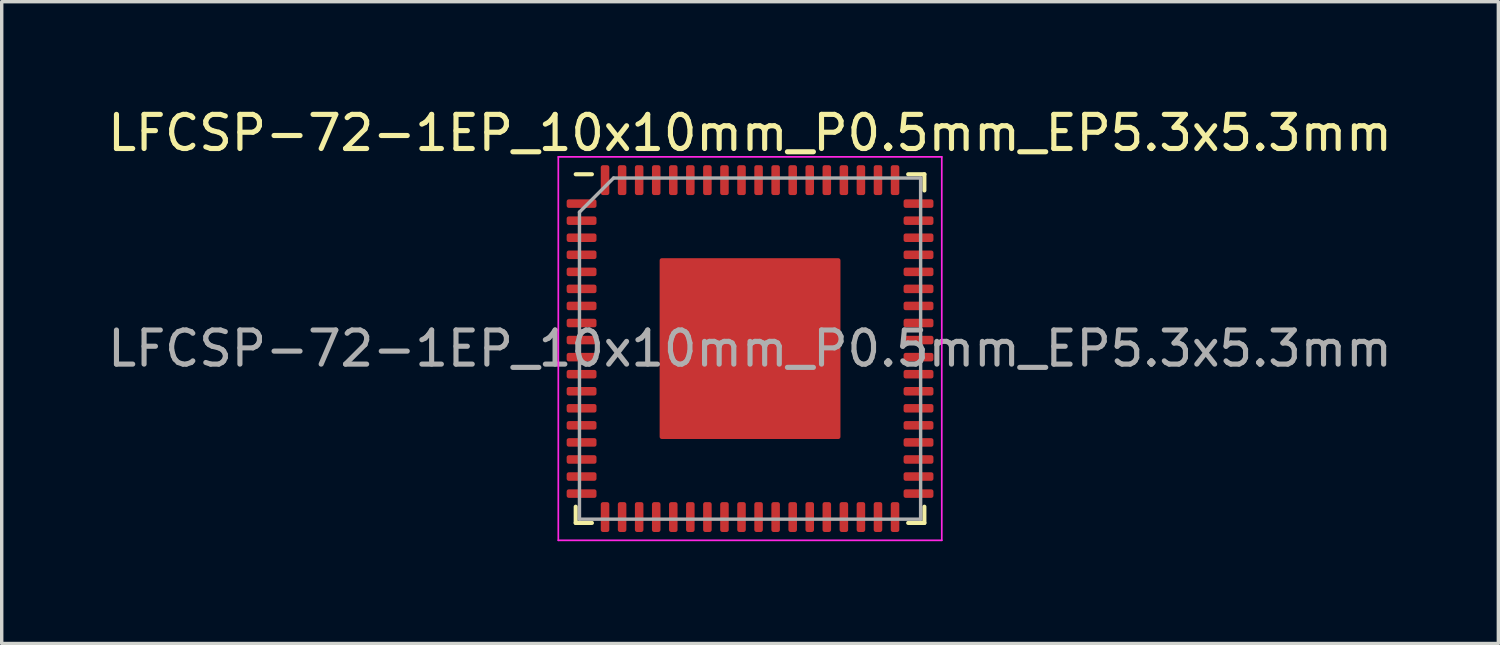
<source format=kicad_pcb>
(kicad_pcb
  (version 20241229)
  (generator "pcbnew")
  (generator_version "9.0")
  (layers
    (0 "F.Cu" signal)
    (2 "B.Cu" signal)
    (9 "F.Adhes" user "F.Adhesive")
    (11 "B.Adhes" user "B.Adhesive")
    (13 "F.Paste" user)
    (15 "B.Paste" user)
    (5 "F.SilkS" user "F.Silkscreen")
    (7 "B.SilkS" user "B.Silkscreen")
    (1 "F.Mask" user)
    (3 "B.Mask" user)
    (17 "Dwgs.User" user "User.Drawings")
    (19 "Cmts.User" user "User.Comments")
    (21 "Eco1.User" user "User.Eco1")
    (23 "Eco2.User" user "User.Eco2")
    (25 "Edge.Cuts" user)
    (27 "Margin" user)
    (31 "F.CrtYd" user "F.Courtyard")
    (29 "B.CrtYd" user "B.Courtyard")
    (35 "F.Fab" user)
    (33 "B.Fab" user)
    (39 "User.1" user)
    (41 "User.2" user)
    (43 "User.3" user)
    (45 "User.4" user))
  (footprint "LFCSP-72-1EP_10x10mm_P0.5mm_EP5.3x5.3mm"
    (layer "F.Cu")
    (at 18.935 7.168)
    (property "Reference" "LFCSP-72-1EP_10x10mm_P0.5mm_EP5.3x5.3mm" (at 0 -6.32 0) (layer "F.SilkS") (effects (font (size 1 1) (thickness 0.15))))
    (attr smd)
    (fp_line (start -5.11 5.11) (end -5.11 4.635) (stroke (width 0.12) (type solid)) (layer "F.SilkS"))
    (fp_line (start -4.635 -5.11) (end -5.11 -5.11) (stroke (width 0.12) (type solid)) (layer "F.SilkS"))
    (fp_line (start -4.635 5.11) (end -5.11 5.11) (stroke (width 0.12) (type solid)) (layer "F.SilkS"))
    (fp_line (start 4.635 -5.11) (end 5.11 -5.11) (stroke (width 0.12) (type solid)) (layer "F.SilkS"))
    (fp_line (start 4.635 5.11) (end 5.11 5.11) (stroke (width 0.12) (type solid)) (layer "F.SilkS"))
    (fp_line (start 5.11 -5.11) (end 5.11 -4.635) (stroke (width 0.12) (type solid)) (layer "F.SilkS"))
    (fp_line (start 5.11 5.11) (end 5.11 4.635) (stroke (width 0.12) (type solid)) (layer "F.SilkS"))
    (fp_line (start -5.62 -5.62) (end -5.62 5.62) (stroke (width 0.05) (type solid)) (layer "F.CrtYd"))
    (fp_line (start -5.62 5.62) (end 5.62 5.62) (stroke (width 0.05) (type solid)) (layer "F.CrtYd"))
    (fp_line (start 5.62 -5.62) (end -5.62 -5.62) (stroke (width 0.05) (type solid)) (layer "F.CrtYd"))
    (fp_line (start 5.62 5.62) (end 5.62 -5.62) (stroke (width 0.05) (type solid)) (layer "F.CrtYd"))
    (fp_line (start -5 -4) (end -4 -5) (stroke (width 0.1) (type solid)) (layer "F.Fab"))
    (fp_line (start -5 5) (end -5 -4) (stroke (width 0.1) (type solid)) (layer "F.Fab"))
    (fp_line (start -4 -5) (end 5 -5) (stroke (width 0.1) (type solid)) (layer "F.Fab"))
    (fp_line (start 5 -5) (end 5 5) (stroke (width 0.1) (type solid)) (layer "F.Fab"))
    (fp_line (start 5 5) (end -5 5) (stroke (width 0.1) (type solid)) (layer "F.Fab"))
    (fp_text user "${REFERENCE}" (at 0 0 0) (layer "F.Fab") (effects (font (size 1 1) (thickness 0.15))))
    (pad "" smd roundrect (at -1.77 -1.77) (size 1.42 1.42) (layers "F.Paste") (roundrect_rratio 0.176))
    (pad "" smd roundrect (at -1.77 0) (size 1.42 1.42) (layers "F.Paste") (roundrect_rratio 0.176))
    (pad "" smd roundrect (at -1.77 1.77) (size 1.42 1.42) (layers "F.Paste") (roundrect_rratio 0.176))
    (pad "" smd roundrect (at 0 -1.77) (size 1.42 1.42) (layers "F.Paste") (roundrect_rratio 0.176))
    (pad "" smd roundrect (at 0 0) (size 1.42 1.42) (layers "F.Paste") (roundrect_rratio 0.176))
    (pad "" smd roundrect (at 0 1.77) (size 1.42 1.42) (layers "F.Paste") (roundrect_rratio 0.176))
    (pad "" smd roundrect (at 1.77 -1.77) (size 1.42 1.42) (layers "F.Paste") (roundrect_rratio 0.176))
    (pad "" smd roundrect (at 1.77 0) (size 1.42 1.42) (layers "F.Paste") (roundrect_rratio 0.176))
    (pad "" smd roundrect (at 1.77 1.77) (size 1.42 1.42) (layers "F.Paste") (roundrect_rratio 0.176))
    (pad "1" smd roundrect (at -4.938 -4.25) (size 0.875 0.25) (layers "F.Cu" "F.Mask" "F.Paste") (roundrect_rratio 0.25))
    (pad "2" smd roundrect (at -4.938 -3.75) (size 0.875 0.25) (layers "F.Cu" "F.Mask" "F.Paste") (roundrect_rratio 0.25))
    (pad "3" smd roundrect (at -4.938 -3.25) (size 0.875 0.25) (layers "F.Cu" "F.Mask" "F.Paste") (roundrect_rratio 0.25))
    (pad "4" smd roundrect (at -4.938 -2.75) (size 0.875 0.25) (layers "F.Cu" "F.Mask" "F.Paste") (roundrect_rratio 0.25))
    (pad "5" smd roundrect (at -4.938 -2.25) (size 0.875 0.25) (layers "F.Cu" "F.Mask" "F.Paste") (roundrect_rratio 0.25))
    (pad "6" smd roundrect (at -4.938 -1.75) (size 0.875 0.25) (layers "F.Cu" "F.Mask" "F.Paste") (roundrect_rratio 0.25))
    (pad "7" smd roundrect (at -4.938 -1.25) (size 0.875 0.25) (layers "F.Cu" "F.Mask" "F.Paste") (roundrect_rratio 0.25))
    (pad "8" smd roundrect (at -4.938 -0.75) (size 0.875 0.25) (layers "F.Cu" "F.Mask" "F.Paste") (roundrect_rratio 0.25))
    (pad "9" smd roundrect (at -4.938 -0.25) (size 0.875 0.25) (layers "F.Cu" "F.Mask" "F.Paste") (roundrect_rratio 0.25))
    (pad "10" smd roundrect (at -4.938 0.25) (size 0.875 0.25) (layers "F.Cu" "F.Mask" "F.Paste") (roundrect_rratio 0.25))
    (pad "11" smd roundrect (at -4.938 0.75) (size 0.875 0.25) (layers "F.Cu" "F.Mask" "F.Paste") (roundrect_rratio 0.25))
    (pad "12" smd roundrect (at -4.938 1.25) (size 0.875 0.25) (layers "F.Cu" "F.Mask" "F.Paste") (roundrect_rratio 0.25))
    (pad "13" smd roundrect (at -4.938 1.75) (size 0.875 0.25) (layers "F.Cu" "F.Mask" "F.Paste") (roundrect_rratio 0.25))
    (pad "14" smd roundrect (at -4.938 2.25) (size 0.875 0.25) (layers "F.Cu" "F.Mask" "F.Paste") (roundrect_rratio 0.25))
    (pad "15" smd roundrect (at -4.938 2.75) (size 0.875 0.25) (layers "F.Cu" "F.Mask" "F.Paste") (roundrect_rratio 0.25))
    (pad "16" smd roundrect (at -4.938 3.25) (size 0.875 0.25) (layers "F.Cu" "F.Mask" "F.Paste") (roundrect_rratio 0.25))
    (pad "17" smd roundrect (at -4.938 3.75) (size 0.875 0.25) (layers "F.Cu" "F.Mask" "F.Paste") (roundrect_rratio 0.25))
    (pad "18" smd roundrect (at -4.938 4.25) (size 0.875 0.25) (layers "F.Cu" "F.Mask" "F.Paste") (roundrect_rratio 0.25))
    (pad "19" smd roundrect (at -4.25 4.938) (size 0.25 0.875) (layers "F.Cu" "F.Mask" "F.Paste") (roundrect_rratio 0.25))
    (pad "20" smd roundrect (at -3.75 4.938) (size 0.25 0.875) (layers "F.Cu" "F.Mask" "F.Paste") (roundrect_rratio 0.25))
    (pad "21" smd roundrect (at -3.25 4.938) (size 0.25 0.875) (layers "F.Cu" "F.Mask" "F.Paste") (roundrect_rratio 0.25))
    (pad "22" smd roundrect (at -2.75 4.938) (size 0.25 0.875) (layers "F.Cu" "F.Mask" "F.Paste") (roundrect_rratio 0.25))
    (pad "23" smd roundrect (at -2.25 4.938) (size 0.25 0.875) (layers "F.Cu" "F.Mask" "F.Paste") (roundrect_rratio 0.25))
    (pad "24" smd roundrect (at -1.75 4.938) (size 0.25 0.875) (layers "F.Cu" "F.Mask" "F.Paste") (roundrect_rratio 0.25))
    (pad "25" smd roundrect (at -1.25 4.938) (size 0.25 0.875) (layers "F.Cu" "F.Mask" "F.Paste") (roundrect_rratio 0.25))
    (pad "26" smd roundrect (at -0.75 4.938) (size 0.25 0.875) (layers "F.Cu" "F.Mask" "F.Paste") (roundrect_rratio 0.25))
    (pad "27" smd roundrect (at -0.25 4.938) (size 0.25 0.875) (layers "F.Cu" "F.Mask" "F.Paste") (roundrect_rratio 0.25))
    (pad "28" smd roundrect (at 0.25 4.938) (size 0.25 0.875) (layers "F.Cu" "F.Mask" "F.Paste") (roundrect_rratio 0.25))
    (pad "29" smd roundrect (at 0.75 4.938) (size 0.25 0.875) (layers "F.Cu" "F.Mask" "F.Paste") (roundrect_rratio 0.25))
    (pad "30" smd roundrect (at 1.25 4.938) (size 0.25 0.875) (layers "F.Cu" "F.Mask" "F.Paste") (roundrect_rratio 0.25))
    (pad "31" smd roundrect (at 1.75 4.938) (size 0.25 0.875) (layers "F.Cu" "F.Mask" "F.Paste") (roundrect_rratio 0.25))
    (pad "32" smd roundrect (at 2.25 4.938) (size 0.25 0.875) (layers "F.Cu" "F.Mask" "F.Paste") (roundrect_rratio 0.25))
    (pad "33" smd roundrect (at 2.75 4.938) (size 0.25 0.875) (layers "F.Cu" "F.Mask" "F.Paste") (roundrect_rratio 0.25))
    (pad "34" smd roundrect (at 3.25 4.938) (size 0.25 0.875) (layers "F.Cu" "F.Mask" "F.Paste") (roundrect_rratio 0.25))
    (pad "35" smd roundrect (at 3.75 4.938) (size 0.25 0.875) (layers "F.Cu" "F.Mask" "F.Paste") (roundrect_rratio 0.25))
    (pad "36" smd roundrect (at 4.25 4.938) (size 0.25 0.875) (layers "F.Cu" "F.Mask" "F.Paste") (roundrect_rratio 0.25))
    (pad "37" smd roundrect (at 4.938 4.25) (size 0.875 0.25) (layers "F.Cu" "F.Mask" "F.Paste") (roundrect_rratio 0.25))
    (pad "38" smd roundrect (at 4.938 3.75) (size 0.875 0.25) (layers "F.Cu" "F.Mask" "F.Paste") (roundrect_rratio 0.25))
    (pad "39" smd roundrect (at 4.938 3.25) (size 0.875 0.25) (layers "F.Cu" "F.Mask" "F.Paste") (roundrect_rratio 0.25))
    (pad "40" smd roundrect (at 4.938 2.75) (size 0.875 0.25) (layers "F.Cu" "F.Mask" "F.Paste") (roundrect_rratio 0.25))
    (pad "41" smd roundrect (at 4.938 2.25) (size 0.875 0.25) (layers "F.Cu" "F.Mask" "F.Paste") (roundrect_rratio 0.25))
    (pad "42" smd roundrect (at 4.938 1.75) (size 0.875 0.25) (layers "F.Cu" "F.Mask" "F.Paste") (roundrect_rratio 0.25))
    (pad "43" smd roundrect (at 4.938 1.25) (size 0.875 0.25) (layers "F.Cu" "F.Mask" "F.Paste") (roundrect_rratio 0.25))
    (pad "44" smd roundrect (at 4.938 0.75) (size 0.875 0.25) (layers "F.Cu" "F.Mask" "F.Paste") (roundrect_rratio 0.25))
    (pad "45" smd roundrect (at 4.938 0.25) (size 0.875 0.25) (layers "F.Cu" "F.Mask" "F.Paste") (roundrect_rratio 0.25))
    (pad "46" smd roundrect (at 4.938 -0.25) (size 0.875 0.25) (layers "F.Cu" "F.Mask" "F.Paste") (roundrect_rratio 0.25))
    (pad "47" smd roundrect (at 4.938 -0.75) (size 0.875 0.25) (layers "F.Cu" "F.Mask" "F.Paste") (roundrect_rratio 0.25))
    (pad "48" smd roundrect (at 4.938 -1.25) (size 0.875 0.25) (layers "F.Cu" "F.Mask" "F.Paste") (roundrect_rratio 0.25))
    (pad "49" smd roundrect (at 4.938 -1.75) (size 0.875 0.25) (layers "F.Cu" "F.Mask" "F.Paste") (roundrect_rratio 0.25))
    (pad "50" smd roundrect (at 4.938 -2.25) (size 0.875 0.25) (layers "F.Cu" "F.Mask" "F.Paste") (roundrect_rratio 0.25))
    (pad "51" smd roundrect (at 4.938 -2.75) (size 0.875 0.25) (layers "F.Cu" "F.Mask" "F.Paste") (roundrect_rratio 0.25))
    (pad "52" smd roundrect (at 4.938 -3.25) (size 0.875 0.25) (layers "F.Cu" "F.Mask" "F.Paste") (roundrect_rratio 0.25))
    (pad "53" smd roundrect (at 4.938 -3.75) (size 0.875 0.25) (layers "F.Cu" "F.Mask" "F.Paste") (roundrect_rratio 0.25))
    (pad "54" smd roundrect (at 4.938 -4.25) (size 0.875 0.25) (layers "F.Cu" "F.Mask" "F.Paste") (roundrect_rratio 0.25))
    (pad "55" smd roundrect (at 4.25 -4.938) (size 0.25 0.875) (layers "F.Cu" "F.Mask" "F.Paste") (roundrect_rratio 0.25))
    (pad "56" smd roundrect (at 3.75 -4.938) (size 0.25 0.875) (layers "F.Cu" "F.Mask" "F.Paste") (roundrect_rratio 0.25))
    (pad "57" smd roundrect (at 3.25 -4.938) (size 0.25 0.875) (layers "F.Cu" "F.Mask" "F.Paste") (roundrect_rratio 0.25))
    (pad "58" smd roundrect (at 2.75 -4.938) (size 0.25 0.875) (layers "F.Cu" "F.Mask" "F.Paste") (roundrect_rratio 0.25))
    (pad "59" smd roundrect (at 2.25 -4.938) (size 0.25 0.875) (layers "F.Cu" "F.Mask" "F.Paste") (roundrect_rratio 0.25))
    (pad "60" smd roundrect (at 1.75 -4.938) (size 0.25 0.875) (layers "F.Cu" "F.Mask" "F.Paste") (roundrect_rratio 0.25))
    (pad "61" smd roundrect (at 1.25 -4.938) (size 0.25 0.875) (layers "F.Cu" "F.Mask" "F.Paste") (roundrect_rratio 0.25))
    (pad "62" smd roundrect (at 0.75 -4.938) (size 0.25 0.875) (layers "F.Cu" "F.Mask" "F.Paste") (roundrect_rratio 0.25))
    (pad "63" smd roundrect (at 0.25 -4.938) (size 0.25 0.875) (layers "F.Cu" "F.Mask" "F.Paste") (roundrect_rratio 0.25))
    (pad "64" smd roundrect (at -0.25 -4.938) (size 0.25 0.875) (layers "F.Cu" "F.Mask" "F.Paste") (roundrect_rratio 0.25))
    (pad "65" smd roundrect (at -0.75 -4.938) (size 0.25 0.875) (layers "F.Cu" "F.Mask" "F.Paste") (roundrect_rratio 0.25))
    (pad "66" smd roundrect (at -1.25 -4.938) (size 0.25 0.875) (layers "F.Cu" "F.Mask" "F.Paste") (roundrect_rratio 0.25))
    (pad "67" smd roundrect (at -1.75 -4.938) (size 0.25 0.875) (layers "F.Cu" "F.Mask" "F.Paste") (roundrect_rratio 0.25))
    (pad "68" smd roundrect (at -2.25 -4.938) (size 0.25 0.875) (layers "F.Cu" "F.Mask" "F.Paste") (roundrect_rratio 0.25))
    (pad "69" smd roundrect (at -2.75 -4.938) (size 0.25 0.875) (layers "F.Cu" "F.Mask" "F.Paste") (roundrect_rratio 0.25))
    (pad "70" smd roundrect (at -3.25 -4.938) (size 0.25 0.875) (layers "F.Cu" "F.Mask" "F.Paste") (roundrect_rratio 0.25))
    (pad "71" smd roundrect (at -3.75 -4.938) (size 0.25 0.875) (layers "F.Cu" "F.Mask" "F.Paste") (roundrect_rratio 0.25))
    (pad "72" smd roundrect (at -4.25 -4.938) (size 0.25 0.875) (layers "F.Cu" "F.Mask" "F.Paste") (roundrect_rratio 0.25))
    (pad "73" smd roundrect (at 0 0) (size 5.3 5.3) (layers "F.Cu" "F.Mask") (roundrect_rratio 0.012)))
  (gr_rect
    (start -3 -3)
    (end 40.869 15.813)
    (stroke (width 0.1) (type default))
    (fill no)
    (layer "Edge.Cuts")))
</source>
